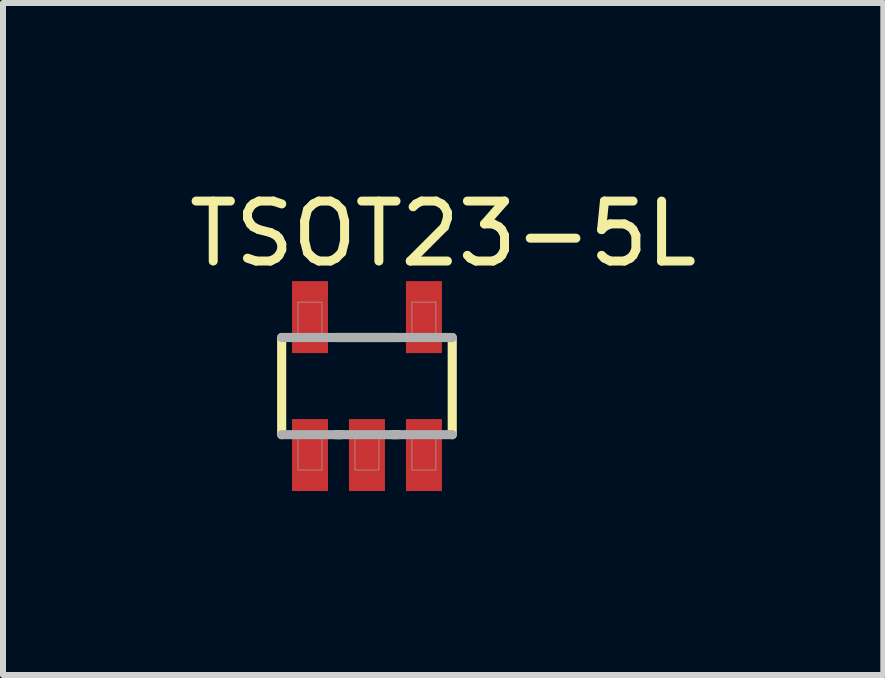
<source format=kicad_pcb>
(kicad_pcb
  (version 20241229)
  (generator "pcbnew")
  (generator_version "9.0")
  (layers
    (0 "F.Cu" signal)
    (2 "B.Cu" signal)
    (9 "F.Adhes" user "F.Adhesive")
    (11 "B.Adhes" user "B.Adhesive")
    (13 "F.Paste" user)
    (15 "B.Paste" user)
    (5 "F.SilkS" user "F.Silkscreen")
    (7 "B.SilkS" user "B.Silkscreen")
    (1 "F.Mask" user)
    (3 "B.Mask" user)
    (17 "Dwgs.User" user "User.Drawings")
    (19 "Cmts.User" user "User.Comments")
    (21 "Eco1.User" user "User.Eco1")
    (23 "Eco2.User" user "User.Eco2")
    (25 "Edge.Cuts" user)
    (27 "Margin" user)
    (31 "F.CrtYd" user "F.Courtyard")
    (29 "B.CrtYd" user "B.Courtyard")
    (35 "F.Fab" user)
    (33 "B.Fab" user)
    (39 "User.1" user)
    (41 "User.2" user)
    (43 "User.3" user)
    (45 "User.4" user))
  (footprint "TSOT23-5L"
    (layer "F.Cu")
    (at 3.069 3.388)
    (property "Reference" "TSOT23-5L" (at 1.27 -2.54 0) (layer "F.SilkS") (effects (font (size 1 1) (thickness 0.15))))
    (attr through_hole)
    (fp_poly (pts (xy -1.288 -1.812) (xy -0.613 -1.812) (xy -0.613 -0.5) (xy -1.288 -0.5)) (stroke (width 0.01) (type solid)) (fill yes) (layer "F.Mask"))
    (fp_poly (pts (xy -1.288 0.5) (xy -0.613 0.5) (xy -0.613 1.812) (xy -1.288 1.812)) (stroke (width 0.01) (type solid)) (fill yes) (layer "F.Mask"))
    (fp_poly (pts (xy -0.338 0.5) (xy 0.338 0.5) (xy 0.338 1.812) (xy -0.338 1.812)) (stroke (width 0.01) (type solid)) (fill yes) (layer "F.Mask"))
    (fp_poly (pts (xy 0.613 -1.812) (xy 1.288 -1.812) (xy 1.288 -0.5) (xy 0.613 -0.5)) (stroke (width 0.01) (type solid)) (fill yes) (layer "F.Mask"))
    (fp_poly (pts (xy 0.613 0.5) (xy 1.288 0.5) (xy 1.288 1.812) (xy 0.613 1.812)) (stroke (width 0.01) (type solid)) (fill yes) (layer "F.Mask"))
    (fp_line (start -1.422 0.81) (end -1.422 -0.81) (stroke (width 0.152) (type solid)) (layer "F.SilkS"))
    (fp_line (start -0.522 -0.81) (end 0.522 -0.81) (stroke (width 0.152) (type solid)) (layer "F.SilkS"))
    (fp_line (start -0.428 0.81) (end -0.522 0.81) (stroke (width 0.152) (type solid)) (layer "F.SilkS"))
    (fp_line (start 0.522 0.81) (end 0.428 0.81) (stroke (width 0.152) (type solid)) (layer "F.SilkS"))
    (fp_line (start 1.422 -0.81) (end 1.422 0.81) (stroke (width 0.152) (type solid)) (layer "F.SilkS"))
    (fp_poly (pts (xy -1.212 -1.712) (xy -0.688 -1.712) (xy -0.688 -0.588) (xy -1.212 -0.588)) (stroke (width 0.01) (type solid)) (fill yes) (layer "F.Paste"))
    (fp_poly (pts (xy -1.212 0.588) (xy -0.688 0.588) (xy -0.688 1.712) (xy -1.212 1.712)) (stroke (width 0.01) (type solid)) (fill yes) (layer "F.Paste"))
    (fp_poly (pts (xy -0.263 0.588) (xy 0.263 0.588) (xy 0.263 1.712) (xy -0.263 1.712)) (stroke (width 0.01) (type solid)) (fill yes) (layer "F.Paste"))
    (fp_poly (pts (xy 0.688 -1.712) (xy 1.212 -1.712) (xy 1.212 -0.588) (xy 0.688 -0.588)) (stroke (width 0.01) (type solid)) (fill yes) (layer "F.Paste"))
    (fp_poly (pts (xy 0.688 0.588) (xy 1.212 0.588) (xy 1.212 1.712) (xy 0.688 1.712)) (stroke (width 0.01) (type solid)) (fill yes) (layer "F.Paste"))
    (fp_line (start -1.422 -0.81) (end 1.422 -0.81) (stroke (width 0.152) (type solid)) (layer "F.Fab"))
    (fp_line (start 1.422 0.81) (end -1.422 0.81) (stroke (width 0.152) (type solid)) (layer "F.Fab"))
    (fp_poly (pts (xy -1.15 -1.4) (xy -0.75 -1.4) (xy -0.75 -0.85) (xy -1.15 -0.85)) (stroke (width 0.01) (type solid)) (fill no) (layer "F.Fab"))
    (fp_poly (pts (xy -1.15 0.85) (xy -0.75 0.85) (xy -0.75 1.4) (xy -1.15 1.4)) (stroke (width 0.01) (type solid)) (fill no) (layer "F.Fab"))
    (fp_poly (pts (xy -0.2 0.85) (xy 0.2 0.85) (xy 0.2 1.4) (xy -0.2 1.4)) (stroke (width 0.01) (type solid)) (fill no) (layer "F.Fab"))
    (fp_poly (pts (xy 0.75 -1.4) (xy 1.15 -1.4) (xy 1.15 -0.85) (xy 0.75 -0.85)) (stroke (width 0.01) (type solid)) (fill no) (layer "F.Fab"))
    (fp_poly (pts (xy 0.75 0.85) (xy 1.15 0.85) (xy 1.15 1.4) (xy 0.75 1.4)) (stroke (width 0.01) (type solid)) (fill no) (layer "F.Fab"))
    (pad "1" smd rect (at -0.95 1.15) (size 0.6 1.2) (layers "F.Cu"))
    (pad "2" smd rect (at 0 1.15) (size 0.6 1.2) (layers "F.Cu"))
    (pad "3" smd rect (at 0.95 1.15) (size 0.6 1.2) (layers "F.Cu"))
    (pad "4" smd rect (at 0.95 -1.15) (size 0.6 1.2) (layers "F.Cu"))
    (pad "5" smd rect (at -0.95 -1.15) (size 0.6 1.2) (layers "F.Cu")))
  (gr_rect
    (start -3 -3)
    (end 11.679 8.206)
    (stroke (width 0.1) (type default))
    (fill no)
    (layer "Edge.Cuts")))
</source>
